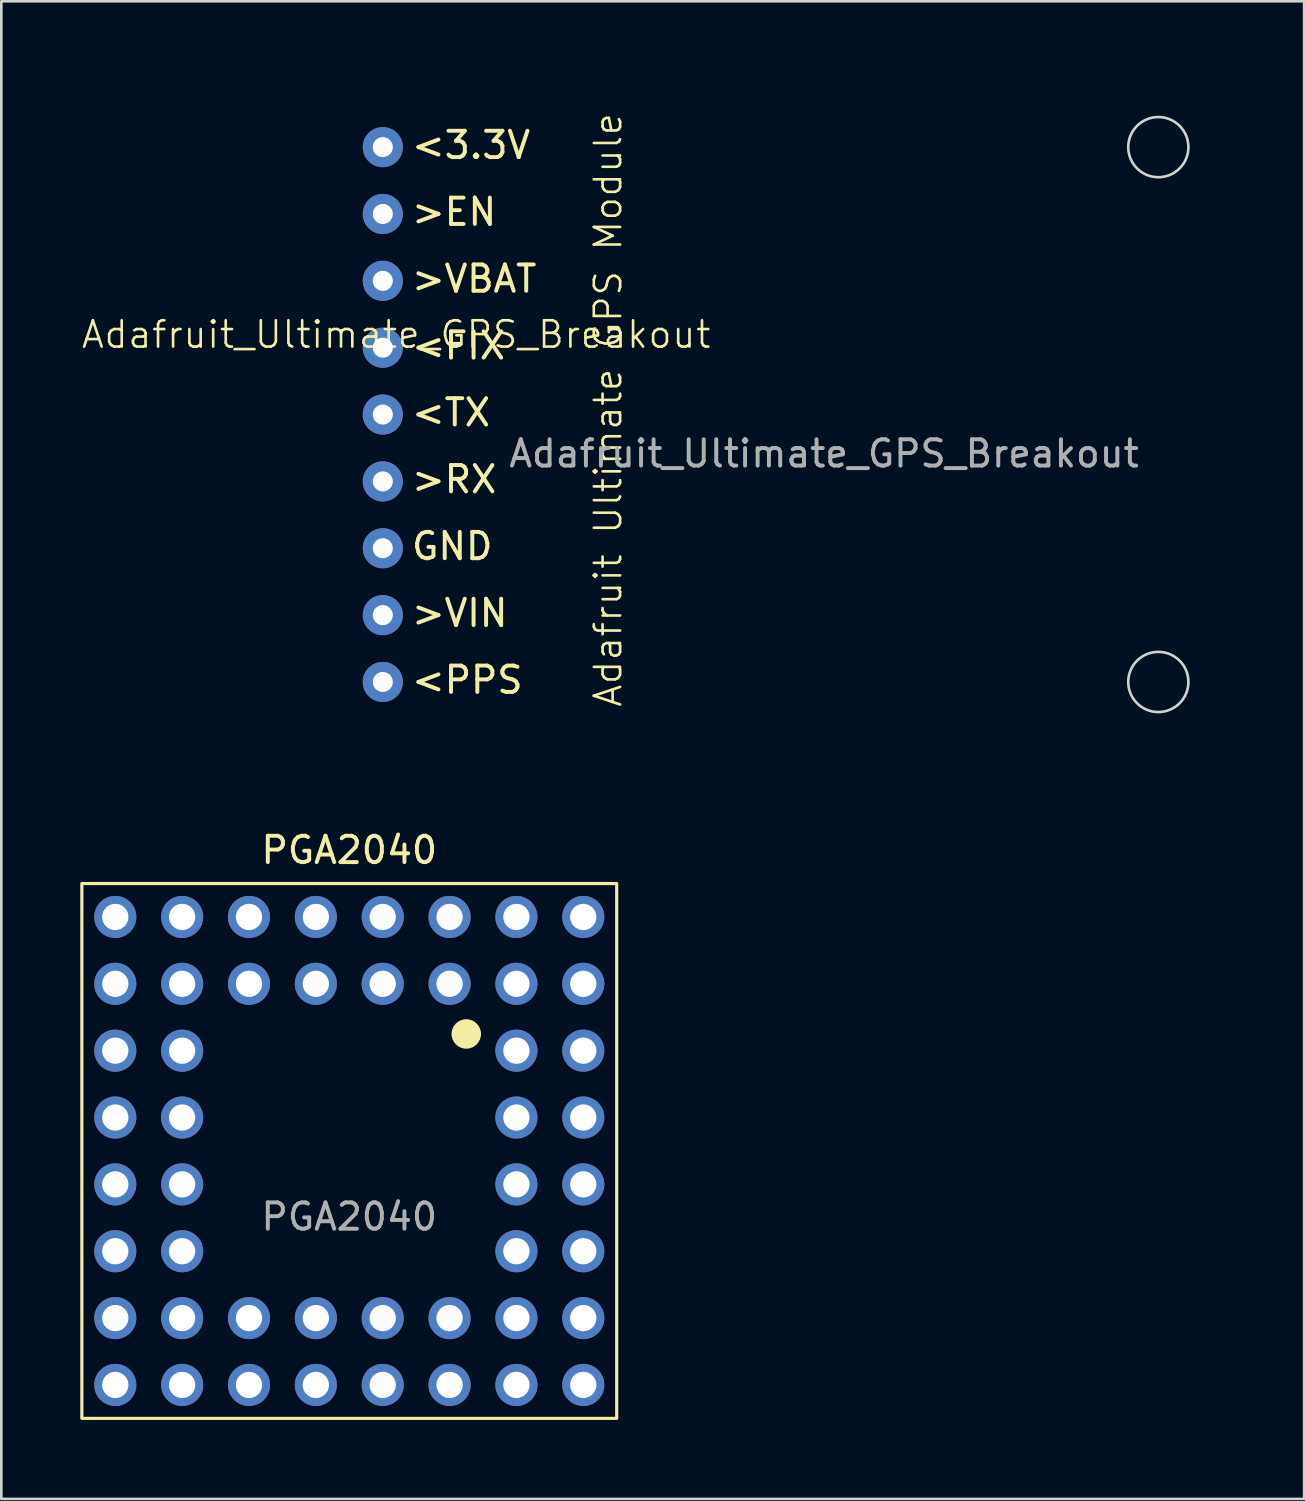
<source format=kicad_pcb>
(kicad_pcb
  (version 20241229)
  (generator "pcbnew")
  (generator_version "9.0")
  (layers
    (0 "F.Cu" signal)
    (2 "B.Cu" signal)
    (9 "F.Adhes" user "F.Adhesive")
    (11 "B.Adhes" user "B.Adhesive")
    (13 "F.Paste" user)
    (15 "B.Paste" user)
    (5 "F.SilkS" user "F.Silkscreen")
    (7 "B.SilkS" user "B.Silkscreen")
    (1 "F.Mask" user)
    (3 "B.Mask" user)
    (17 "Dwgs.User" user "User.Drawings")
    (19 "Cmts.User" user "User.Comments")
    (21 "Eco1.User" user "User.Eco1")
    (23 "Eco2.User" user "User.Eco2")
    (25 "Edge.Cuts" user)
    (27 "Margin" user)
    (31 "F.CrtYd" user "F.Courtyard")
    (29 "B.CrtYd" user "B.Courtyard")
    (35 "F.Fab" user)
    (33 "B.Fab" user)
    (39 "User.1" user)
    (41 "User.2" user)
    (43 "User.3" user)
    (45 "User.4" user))
  (footprint "PGA2040"
    (layer "F.Cu")
    (at 10.22 40.678)
    (property "Reference" "PGA2040" (at 0 -11.43 0) (unlocked yes) (layer "F.SilkS") (effects (font (size 1 1) (thickness 0.15))))
    (attr through_hole)
    (fp_rect (start -10.16 -10.16) (end 10.16 10.16) (stroke (width 0.12) (type solid)) (fill no) (layer "F.SilkS"))
    (fp_circle (center 4.445 -4.445) (end 4.945 -4.445) (stroke (width 0.12) (type solid)) (fill yes) (layer "F.SilkS"))
    (fp_text user "${REFERENCE}" (at 0 2.5 0) (unlocked yes) (layer "F.Fab") (effects (font (size 1 1) (thickness 0.15))))
    (pad "A1" thru_hole circle (at -8.89 -8.89) (size 1.6 1.6) (drill 1) (layers "*.Cu" "*.Mask"))
    (pad "A2" thru_hole circle (at -6.35 -8.89) (size 1.6 1.6) (drill 1) (layers "*.Cu" "*.Mask"))
    (pad "A3" thru_hole circle (at -3.81 -8.89) (size 1.6 1.6) (drill 1) (layers "*.Cu" "*.Mask"))
    (pad "A4" thru_hole circle (at -1.27 -8.89) (size 1.6 1.6) (drill 1) (layers "*.Cu" "*.Mask"))
    (pad "A5" thru_hole circle (at 1.27 -8.89) (size 1.6 1.6) (drill 1) (layers "*.Cu" "*.Mask"))
    (pad "A6" thru_hole circle (at 3.81 -8.89) (size 1.6 1.6) (drill 1) (layers "*.Cu" "*.Mask"))
    (pad "A7" thru_hole circle (at 6.35 -8.89) (size 1.6 1.6) (drill 1) (layers "*.Cu" "*.Mask"))
    (pad "A8" thru_hole circle (at 8.89 -8.89) (size 1.6 1.6) (drill 1) (layers "*.Cu" "*.Mask"))
    (pad "B1" thru_hole circle (at -8.89 -6.35) (size 1.6 1.6) (drill 1) (layers "*.Cu" "*.Mask"))
    (pad "B2" thru_hole circle (at -6.35 -6.35) (size 1.6 1.6) (drill 1) (layers "*.Cu" "*.Mask"))
    (pad "B3" thru_hole circle (at -3.81 -6.35) (size 1.6 1.6) (drill 1) (layers "*.Cu" "*.Mask"))
    (pad "B4" thru_hole circle (at -1.27 -6.35) (size 1.6 1.6) (drill 1) (layers "*.Cu" "*.Mask"))
    (pad "B5" thru_hole circle (at 1.27 -6.35) (size 1.6 1.6) (drill 1) (layers "*.Cu" "*.Mask"))
    (pad "B6" thru_hole circle (at 3.81 -6.35) (size 1.6 1.6) (drill 1) (layers "*.Cu" "*.Mask"))
    (pad "B7" thru_hole circle (at 6.35 -6.35) (size 1.6 1.6) (drill 1) (layers "*.Cu" "*.Mask"))
    (pad "B8" thru_hole circle (at 8.89 -6.35) (size 1.6 1.6) (drill 1) (layers "*.Cu" "*.Mask"))
    (pad "C1" thru_hole circle (at -8.89 -3.81) (size 1.6 1.6) (drill 1) (layers "*.Cu" "*.Mask"))
    (pad "C2" thru_hole circle (at -6.35 -3.81) (size 1.6 1.6) (drill 1) (layers "*.Cu" "*.Mask"))
    (pad "C7" thru_hole circle (at 6.35 -3.81) (size 1.6 1.6) (drill 1) (layers "*.Cu" "*.Mask"))
    (pad "C8" thru_hole circle (at 8.89 -3.81) (size 1.6 1.6) (drill 1) (layers "*.Cu" "*.Mask"))
    (pad "D1" thru_hole circle (at -8.89 -1.27) (size 1.6 1.6) (drill 1) (layers "*.Cu" "*.Mask"))
    (pad "D2" thru_hole circle (at -6.35 -1.27) (size 1.6 1.6) (drill 1) (layers "*.Cu" "*.Mask"))
    (pad "D7" thru_hole circle (at 6.35 -1.27) (size 1.6 1.6) (drill 1) (layers "*.Cu" "*.Mask"))
    (pad "D8" thru_hole circle (at 8.89 -1.27) (size 1.6 1.6) (drill 1) (layers "*.Cu" "*.Mask"))
    (pad "E1" thru_hole circle (at -8.89 1.27) (size 1.6 1.6) (drill 1) (layers "*.Cu" "*.Mask"))
    (pad "E2" thru_hole circle (at -6.35 1.27) (size 1.6 1.6) (drill 1) (layers "*.Cu" "*.Mask"))
    (pad "E7" thru_hole circle (at 6.35 1.27) (size 1.6 1.6) (drill 1) (layers "*.Cu" "*.Mask"))
    (pad "E8" thru_hole circle (at 8.89 1.27) (size 1.6 1.6) (drill 1) (layers "*.Cu" "*.Mask"))
    (pad "F1" thru_hole circle (at -8.89 3.81) (size 1.6 1.6) (drill 1) (layers "*.Cu" "*.Mask"))
    (pad "F2" thru_hole circle (at -6.35 3.81) (size 1.6 1.6) (drill 1) (layers "*.Cu" "*.Mask"))
    (pad "F7" thru_hole circle (at 6.35 3.81) (size 1.6 1.6) (drill 1) (layers "*.Cu" "*.Mask"))
    (pad "F8" thru_hole circle (at 8.89 3.81) (size 1.6 1.6) (drill 1) (layers "*.Cu" "*.Mask"))
    (pad "G1" thru_hole circle (at -8.89 6.35) (size 1.6 1.6) (drill 1) (layers "*.Cu" "*.Mask"))
    (pad "G2" thru_hole circle (at -6.35 6.35) (size 1.6 1.6) (drill 1) (layers "*.Cu" "*.Mask"))
    (pad "G3" thru_hole circle (at -3.81 6.35) (size 1.6 1.6) (drill 1) (layers "*.Cu" "*.Mask"))
    (pad "G4" thru_hole circle (at -1.27 6.35) (size 1.6 1.6) (drill 1) (layers "*.Cu" "*.Mask"))
    (pad "G5" thru_hole circle (at 1.27 6.35) (size 1.6 1.6) (drill 1) (layers "*.Cu" "*.Mask"))
    (pad "G6" thru_hole circle (at 3.81 6.35) (size 1.6 1.6) (drill 1) (layers "*.Cu" "*.Mask"))
    (pad "G7" thru_hole circle (at 6.35 6.35) (size 1.6 1.6) (drill 1) (layers "*.Cu" "*.Mask"))
    (pad "G8" thru_hole circle (at 8.89 6.35) (size 1.6 1.6) (drill 1) (layers "*.Cu" "*.Mask"))
    (pad "H1" thru_hole circle (at -8.89 8.89) (size 1.6 1.6) (drill 1) (layers "*.Cu" "*.Mask"))
    (pad "H2" thru_hole circle (at -6.35 8.89) (size 1.6 1.6) (drill 1) (layers "*.Cu" "*.Mask"))
    (pad "H3" thru_hole circle (at -3.81 8.89) (size 1.6 1.6) (drill 1) (layers "*.Cu" "*.Mask"))
    (pad "H4" thru_hole circle (at -1.27 8.89) (size 1.6 1.6) (drill 1) (layers "*.Cu" "*.Mask"))
    (pad "H5" thru_hole circle (at 1.27 8.89) (size 1.6 1.6) (drill 1) (layers "*.Cu" "*.Mask"))
    (pad "H6" thru_hole circle (at 3.81 8.89) (size 1.6 1.6) (drill 1) (layers "*.Cu" "*.Mask"))
    (pad "H7" thru_hole circle (at 6.35 8.89) (size 1.6 1.6) (drill 1) (layers "*.Cu" "*.Mask"))
    (pad "H8" thru_hole circle (at 8.89 8.89) (size 1.6 1.6) (drill 1) (layers "*.Cu" "*.Mask")))
  (footprint "Adafruit_Ultimate_GPS_Breakout"
    (layer "F.Cu")
    (at 28.258 11.684)
    (property "Reference" "Adafruit_Ultimate_GPS_Breakout" (at -16.256 -2.024 0) (unlocked yes) (layer "F.SilkS") (effects (font (size 1 1) (thickness 0.1))))
    (attr through_hole)
    (fp_circle (center 12.7 -9.144) (end 13.843 -9.144) (stroke (width 0.1) (type default)) (fill no) (layer "Edge.Cuts"))
    (fp_circle (center 12.7 11.176) (end 13.843 11.176) (stroke (width 0.1) (type default)) (fill no) (layer "Edge.Cuts"))
    (fp_text user ">VIN" (at -15.748 9.144 0) (unlocked yes) (layer "F.SilkS") (effects (font (size 1 1) (thickness 0.15)) (justify left bottom)))
    (fp_text user "Adafruit Ultimate GPS Module" (at -7.62 12.192 90) (unlocked yes) (layer "F.SilkS") (effects (font (size 1 1) (thickness 0.1)) (justify left bottom)))
    (fp_text user ">VBAT" (at -15.748 -3.556 0) (unlocked yes) (layer "F.SilkS") (effects (font (size 1 1) (thickness 0.15)) (justify left bottom)))
    (fp_text user "<PPS" (at -15.748 11.684 0) (unlocked yes) (layer "F.SilkS") (effects (font (size 1 1) (thickness 0.15)) (justify left bottom)))
    (fp_text user ">RX" (at -15.748 4.064 0) (unlocked yes) (layer "F.SilkS") (effects (font (size 1 1) (thickness 0.15)) (justify left bottom)))
    (fp_text user "<3.3V" (at -15.748 -8.636 0) (unlocked yes) (layer "F.SilkS") (effects (font (size 1 1) (thickness 0.15)) (justify left bottom)))
    (fp_text user "<TX" (at -15.748 1.524 0) (unlocked yes) (layer "F.SilkS") (effects (font (size 1 1) (thickness 0.15)) (justify left bottom)))
    (fp_text user "<FIX" (at -15.748 -1.016 0) (unlocked yes) (layer "F.SilkS") (effects (font (size 1 1) (thickness 0.15)) (justify left bottom)))
    (fp_text user "GND" (at -15.748 6.604 0) (unlocked yes) (layer "F.SilkS") (effects (font (size 1 1) (thickness 0.15)) (justify left bottom)))
    (fp_text user ">EN" (at -15.748 -6.096 0) (unlocked yes) (layer "F.SilkS") (effects (font (size 1 1) (thickness 0.15)) (justify left bottom)))
    (fp_text user "${REFERENCE}" (at 0 2.5 0) (unlocked yes) (layer "F.Fab") (effects (font (size 1 1) (thickness 0.15))))
    (pad "1" thru_hole circle (at -16.764 -9.144) (size 1.524 1.524) (drill 0.762) (layers "*.Cu" "*.Mask"))
    (pad "2" thru_hole circle (at -16.764 -6.604) (size 1.524 1.524) (drill 0.762) (layers "*.Cu" "*.Mask"))
    (pad "3" thru_hole circle (at -16.764 -4.064) (size 1.524 1.524) (drill 0.762) (layers "*.Cu" "*.Mask"))
    (pad "4" thru_hole circle (at -16.764 -1.524) (size 1.524 1.524) (drill 0.762) (layers "*.Cu" "*.Mask"))
    (pad "5" thru_hole circle (at -16.764 1.016) (size 1.524 1.524) (drill 0.762) (layers "*.Cu" "*.Mask"))
    (pad "6" thru_hole circle (at -16.764 3.556) (size 1.524 1.524) (drill 0.762) (layers "*.Cu" "*.Mask"))
    (pad "7" thru_hole circle (at -16.764 6.096) (size 1.524 1.524) (drill 0.762) (layers "*.Cu" "*.Mask"))
    (pad "8" thru_hole circle (at -16.764 8.636) (size 1.524 1.524) (drill 0.762) (layers "*.Cu" "*.Mask"))
    (pad "9" thru_hole circle (at -16.764 11.176) (size 1.524 1.524) (drill 0.762) (layers "*.Cu" "*.Mask"))
    (zone (net_name "") (layer "F.SilkS") (name "GPS Keepout") (hatch edge 0.5) (connect_pads) (min_thickness 0.25) (filled_areas_thickness no) (keepout (tracks allowed) (vias allowed) (pads allowed) (copperpour allowed) (footprints not_allowed)) (placement (enabled no)) (fill) (polygon (pts (xy 9.462 0) (xy 9.462 25.4) (xy 43.498 25.4) (xy 43.498 0)))))
  (gr_rect
    (start -3 -3)
    (end 46.498 53.898)
    (stroke (width 0.1) (type default))
    (fill no)
    (layer "Edge.Cuts")))
</source>
